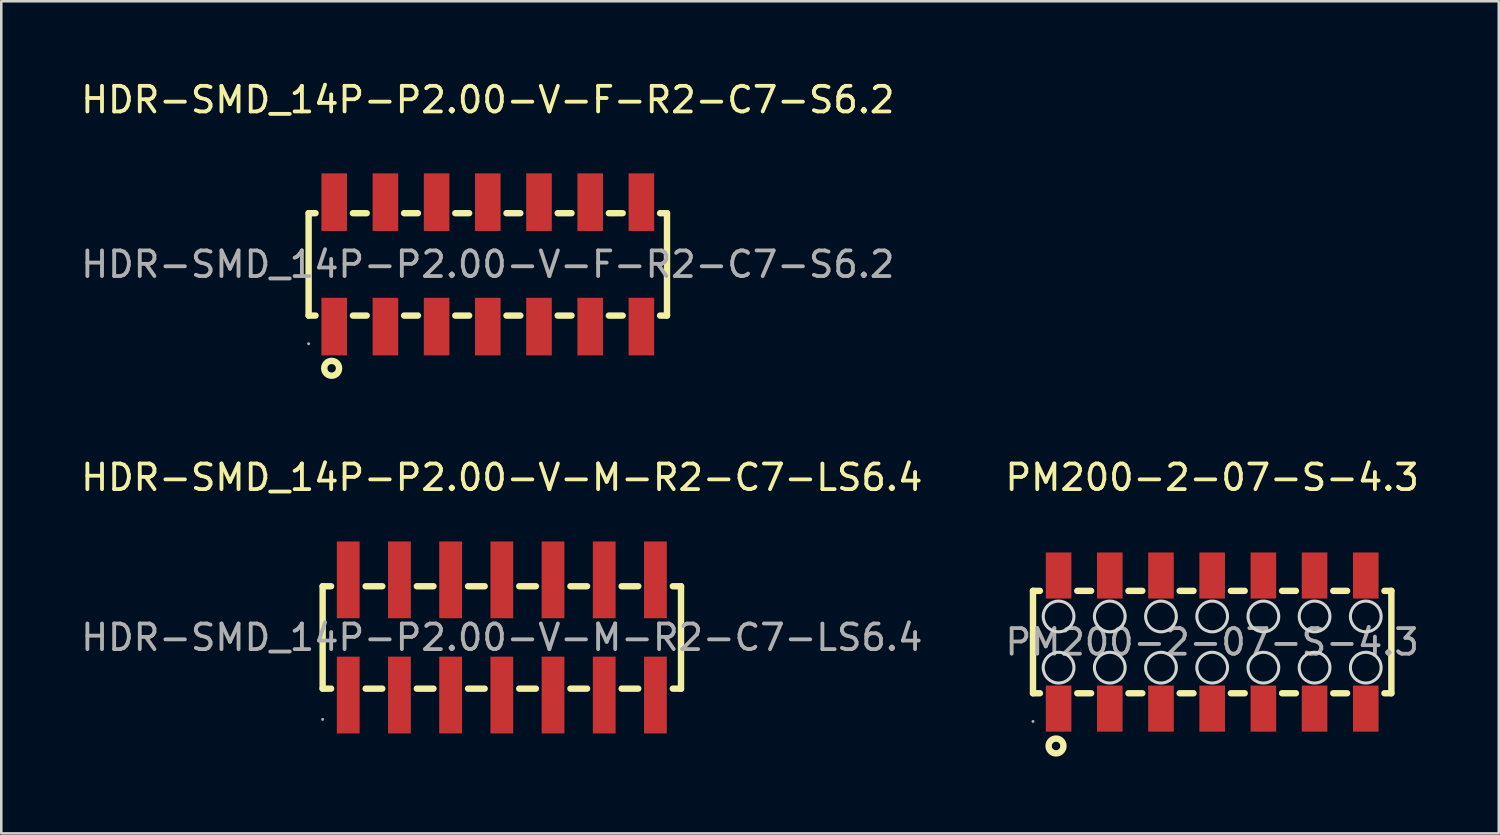
<source format=kicad_pcb>
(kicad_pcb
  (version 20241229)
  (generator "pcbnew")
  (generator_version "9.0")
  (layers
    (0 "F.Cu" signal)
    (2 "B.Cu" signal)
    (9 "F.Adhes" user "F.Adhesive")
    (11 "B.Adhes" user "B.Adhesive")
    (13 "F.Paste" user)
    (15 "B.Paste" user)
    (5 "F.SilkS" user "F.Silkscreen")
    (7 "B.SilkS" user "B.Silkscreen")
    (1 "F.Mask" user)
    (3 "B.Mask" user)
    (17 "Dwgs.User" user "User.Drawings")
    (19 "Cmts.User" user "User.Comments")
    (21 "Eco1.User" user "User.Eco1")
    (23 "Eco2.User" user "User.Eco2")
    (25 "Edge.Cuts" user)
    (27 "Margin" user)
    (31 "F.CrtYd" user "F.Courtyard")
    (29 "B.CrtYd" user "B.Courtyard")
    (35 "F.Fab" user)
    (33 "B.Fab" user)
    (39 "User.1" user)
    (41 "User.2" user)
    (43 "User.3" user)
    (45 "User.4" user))
  (footprint "PM200-2-07-S-4.3"
    (layer "F.Cu")
    (at 44.304 22.032)
    (property "Reference" "PM200-2-07-S-4.3" (at 0 -6.43 180) (layer "F.SilkS") (effects (font (size 1 1) (thickness 0.15))))
    (attr smd)
    (fp_line (start -7 -2) (end -7 2) (stroke (width 0.25) (type solid)) (layer "F.SilkS"))
    (fp_line (start -7 2) (end -6.73 2) (stroke (width 0.25) (type solid)) (layer "F.SilkS"))
    (fp_line (start -6.73 -2) (end -7 -2) (stroke (width 0.25) (type solid)) (layer "F.SilkS"))
    (fp_line (start -5.27 2) (end -4.73 2) (stroke (width 0.25) (type solid)) (layer "F.SilkS"))
    (fp_line (start -4.73 -2) (end -5.27 -2) (stroke (width 0.25) (type solid)) (layer "F.SilkS"))
    (fp_line (start -3.27 2) (end -2.73 2) (stroke (width 0.25) (type solid)) (layer "F.SilkS"))
    (fp_line (start -2.73 -2) (end -3.27 -2) (stroke (width 0.25) (type solid)) (layer "F.SilkS"))
    (fp_line (start -1.27 2) (end -0.73 2) (stroke (width 0.25) (type solid)) (layer "F.SilkS"))
    (fp_line (start -0.73 -2) (end -1.27 -2) (stroke (width 0.25) (type solid)) (layer "F.SilkS"))
    (fp_line (start 0.73 2) (end 1.27 2) (stroke (width 0.25) (type solid)) (layer "F.SilkS"))
    (fp_line (start 1.27 -2) (end 0.73 -2) (stroke (width 0.25) (type solid)) (layer "F.SilkS"))
    (fp_line (start 2.73 2) (end 3.27 2) (stroke (width 0.25) (type solid)) (layer "F.SilkS"))
    (fp_line (start 3.27 -2) (end 2.73 -2) (stroke (width 0.25) (type solid)) (layer "F.SilkS"))
    (fp_line (start 4.73 2) (end 5.27 2) (stroke (width 0.25) (type solid)) (layer "F.SilkS"))
    (fp_line (start 5.27 -2) (end 4.73 -2) (stroke (width 0.25) (type solid)) (layer "F.SilkS"))
    (fp_line (start 6.73 2) (end 7 2) (stroke (width 0.25) (type solid)) (layer "F.SilkS"))
    (fp_line (start 7 -2) (end 6.73 -2) (stroke (width 0.25) (type solid)) (layer "F.SilkS"))
    (fp_line (start 7 2) (end 7 -2) (stroke (width 0.25) (type solid)) (layer "F.SilkS"))
    (fp_circle (center -6.1 4.06) (end -5.81 4.06) (stroke (width 0.25) (type solid)) (fill no) (layer "F.SilkS"))
    (fp_circle (center -6 -1) (end -5.4 -1) (stroke (width 0.12) (type default)) (fill no) (layer "Edge.Cuts"))
    (fp_circle (center -6 1) (end -5.4 1) (stroke (width 0.12) (type default)) (fill no) (layer "Edge.Cuts"))
    (fp_circle (center -4 -1) (end -3.4 -1) (stroke (width 0.12) (type default)) (fill no) (layer "Edge.Cuts"))
    (fp_circle (center -4 1) (end -3.4 1) (stroke (width 0.12) (type default)) (fill no) (layer "Edge.Cuts"))
    (fp_circle (center -2 -1) (end -1.4 -1) (stroke (width 0.12) (type default)) (fill no) (layer "Edge.Cuts"))
    (fp_circle (center -2 1) (end -1.4 1) (stroke (width 0.12) (type default)) (fill no) (layer "Edge.Cuts"))
    (fp_circle (center 0 -1) (end 0.6 -1) (stroke (width 0.12) (type default)) (fill no) (layer "Edge.Cuts"))
    (fp_circle (center 0 1) (end 0.6 1) (stroke (width 0.12) (type default)) (fill no) (layer "Edge.Cuts"))
    (fp_circle (center 2 -1) (end 2.6 -1) (stroke (width 0.12) (type default)) (fill no) (layer "Edge.Cuts"))
    (fp_circle (center 2 1) (end 2.6 1) (stroke (width 0.12) (type default)) (fill no) (layer "Edge.Cuts"))
    (fp_circle (center 4 -1) (end 4.6 -1) (stroke (width 0.12) (type default)) (fill no) (layer "Edge.Cuts"))
    (fp_circle (center 4 1) (end 4.6 1) (stroke (width 0.12) (type default)) (fill no) (layer "Edge.Cuts"))
    (fp_circle (center 6 -1) (end 6.6 -1) (stroke (width 0.12) (type default)) (fill no) (layer "Edge.Cuts"))
    (fp_circle (center 6 1) (end 6.6 1) (stroke (width 0.12) (type default)) (fill no) (layer "Edge.Cuts"))
    (fp_circle (center -7 3.1) (end -6.97 3.1) (stroke (width 0.06) (type solid)) (fill no) (layer "F.Fab"))
    (fp_text user "${REFERENCE}" (at 0 0 180) (layer "F.Fab") (effects (font (size 1 1) (thickness 0.15))))
    (pad "1" smd rect (at -6 2.6) (size 1 1.8) (layers "F.Cu" "F.Mask" "F.Paste"))
    (pad "2" smd rect (at -6 -2.6) (size 1 1.8) (layers "F.Cu" "F.Mask" "F.Paste"))
    (pad "3" smd rect (at -4 2.6) (size 1 1.8) (layers "F.Cu" "F.Mask" "F.Paste"))
    (pad "4" smd rect (at -4 -2.6) (size 1 1.8) (layers "F.Cu" "F.Mask" "F.Paste"))
    (pad "5" smd rect (at -2 2.6) (size 1 1.8) (layers "F.Cu" "F.Mask" "F.Paste"))
    (pad "6" smd rect (at -2 -2.6) (size 1 1.8) (layers "F.Cu" "F.Mask" "F.Paste"))
    (pad "7" smd rect (at 0 2.6) (size 1 1.8) (layers "F.Cu" "F.Mask" "F.Paste"))
    (pad "8" smd rect (at 0 -2.6) (size 1 1.8) (layers "F.Cu" "F.Mask" "F.Paste"))
    (pad "9" smd rect (at 2 2.6) (size 1 1.8) (layers "F.Cu" "F.Mask" "F.Paste"))
    (pad "10" smd rect (at 2 -2.6) (size 1 1.8) (layers "F.Cu" "F.Mask" "F.Paste"))
    (pad "11" smd rect (at 4 2.6) (size 1 1.8) (layers "F.Cu" "F.Mask" "F.Paste"))
    (pad "12" smd rect (at 4 -2.6) (size 1 1.8) (layers "F.Cu" "F.Mask" "F.Paste"))
    (pad "13" smd rect (at 6 2.6) (size 1 1.8) (layers "F.Cu" "F.Mask" "F.Paste"))
    (pad "14" smd rect (at 6 -2.6) (size 1 1.8) (layers "F.Cu" "F.Mask" "F.Paste")))
  (footprint "HDR-SMD_14P-P2.00-V-M-R2-C7-LS6.4"
    (layer "F.Cu")
    (at 16.554 21.852)
    (property "Reference" "HDR-SMD_14P-P2.00-V-M-R2-C7-LS6.4" (at 0 -6.25 0) (layer "F.SilkS") (effects (font (size 1 1) (thickness 0.15))))
    (attr smd)
    (fp_line (start -7 -2) (end -7 2) (stroke (width 0.25) (type solid)) (layer "F.SilkS"))
    (fp_line (start -7 -2) (end -6.67 -2) (stroke (width 0.25) (type solid)) (layer "F.SilkS"))
    (fp_line (start -7 2) (end -6.67 2) (stroke (width 0.25) (type solid)) (layer "F.SilkS"))
    (fp_line (start -5.32 -2) (end -4.67 -2) (stroke (width 0.25) (type solid)) (layer "F.SilkS"))
    (fp_line (start -5.32 2) (end -4.67 2) (stroke (width 0.25) (type solid)) (layer "F.SilkS"))
    (fp_line (start -3.32 -2) (end -2.67 -2) (stroke (width 0.25) (type solid)) (layer "F.SilkS"))
    (fp_line (start -3.32 2) (end -2.67 2) (stroke (width 0.25) (type solid)) (layer "F.SilkS"))
    (fp_line (start -1.32 -2) (end -0.67 -2) (stroke (width 0.25) (type solid)) (layer "F.SilkS"))
    (fp_line (start -1.32 2) (end -0.67 2) (stroke (width 0.25) (type solid)) (layer "F.SilkS"))
    (fp_line (start 0.68 -2) (end 1.33 -2) (stroke (width 0.25) (type solid)) (layer "F.SilkS"))
    (fp_line (start 0.68 2) (end 1.33 2) (stroke (width 0.25) (type solid)) (layer "F.SilkS"))
    (fp_line (start 2.68 -2) (end 3.33 -2) (stroke (width 0.25) (type solid)) (layer "F.SilkS"))
    (fp_line (start 2.68 2) (end 3.33 2) (stroke (width 0.25) (type solid)) (layer "F.SilkS"))
    (fp_line (start 4.68 -2) (end 5.33 -2) (stroke (width 0.25) (type solid)) (layer "F.SilkS"))
    (fp_line (start 4.68 2) (end 5.33 2) (stroke (width 0.25) (type solid)) (layer "F.SilkS"))
    (fp_line (start 6.68 -2) (end 7 -2) (stroke (width 0.25) (type solid)) (layer "F.SilkS"))
    (fp_line (start 6.68 2) (end 7 2) (stroke (width 0.25) (type solid)) (layer "F.SilkS"))
    (fp_line (start 7 -2) (end 7 2) (stroke (width 0.25) (type solid)) (layer "F.SilkS"))
    (fp_circle (center -7 3.2) (end -6.97 3.2) (stroke (width 0.06) (type solid)) (fill no) (layer "F.Fab"))
    (fp_text user "${REFERENCE}" (at 0 0 0) (layer "F.Fab") (effects (font (size 1 1) (thickness 0.15))))
    (pad "1" smd rect (at -6 2.25) (size 0.89 3) (layers "F.Cu" "F.Mask" "F.Paste"))
    (pad "2" smd rect (at -6 -2.25) (size 0.89 3) (layers "F.Cu" "F.Mask" "F.Paste"))
    (pad "3" smd rect (at -4 2.25) (size 0.89 3) (layers "F.Cu" "F.Mask" "F.Paste"))
    (pad "4" smd rect (at -4 -2.25) (size 0.89 3) (layers "F.Cu" "F.Mask" "F.Paste"))
    (pad "5" smd rect (at -2 2.25) (size 0.89 3) (layers "F.Cu" "F.Mask" "F.Paste"))
    (pad "6" smd rect (at -2 -2.25) (size 0.89 3) (layers "F.Cu" "F.Mask" "F.Paste"))
    (pad "7" smd rect (at 0 2.25) (size 0.89 3) (layers "F.Cu" "F.Mask" "F.Paste"))
    (pad "8" smd rect (at 0 -2.25) (size 0.89 3) (layers "F.Cu" "F.Mask" "F.Paste"))
    (pad "9" smd rect (at 2 2.25) (size 0.89 3) (layers "F.Cu" "F.Mask" "F.Paste"))
    (pad "10" smd rect (at 2 -2.25) (size 0.89 3) (layers "F.Cu" "F.Mask" "F.Paste"))
    (pad "11" smd rect (at 4 2.25) (size 0.89 3) (layers "F.Cu" "F.Mask" "F.Paste"))
    (pad "12" smd rect (at 4 -2.25) (size 0.89 3) (layers "F.Cu" "F.Mask" "F.Paste"))
    (pad "13" smd rect (at 6 2.25) (size 0.89 3) (layers "F.Cu" "F.Mask" "F.Paste"))
    (pad "14" smd rect (at 6 -2.25) (size 0.89 3) (layers "F.Cu" "F.Mask" "F.Paste")))
  (footprint "HDR-SMD_14P-P2.00-V-F-R2-C7-S6.2"
    (layer "F.Cu")
    (at 16.006 7.278)
    (property "Reference" "HDR-SMD_14P-P2.00-V-F-R2-C7-S6.2" (at 0 -6.43 0) (layer "F.SilkS") (effects (font (size 1 1) (thickness 0.15))))
    (attr smd)
    (fp_line (start -7 -2) (end -7 2) (stroke (width 0.25) (type solid)) (layer "F.SilkS"))
    (fp_line (start -7 2) (end -6.73 2) (stroke (width 0.25) (type solid)) (layer "F.SilkS"))
    (fp_line (start -6.73 -2) (end -7 -2) (stroke (width 0.25) (type solid)) (layer "F.SilkS"))
    (fp_line (start -5.27 2) (end -4.73 2) (stroke (width 0.25) (type solid)) (layer "F.SilkS"))
    (fp_line (start -4.73 -2) (end -5.27 -2) (stroke (width 0.25) (type solid)) (layer "F.SilkS"))
    (fp_line (start -3.27 2) (end -2.73 2) (stroke (width 0.25) (type solid)) (layer "F.SilkS"))
    (fp_line (start -2.73 -2) (end -3.27 -2) (stroke (width 0.25) (type solid)) (layer "F.SilkS"))
    (fp_line (start -1.27 2) (end -0.73 2) (stroke (width 0.25) (type solid)) (layer "F.SilkS"))
    (fp_line (start -0.73 -2) (end -1.27 -2) (stroke (width 0.25) (type solid)) (layer "F.SilkS"))
    (fp_line (start 0.73 2) (end 1.27 2) (stroke (width 0.25) (type solid)) (layer "F.SilkS"))
    (fp_line (start 1.27 -2) (end 0.73 -2) (stroke (width 0.25) (type solid)) (layer "F.SilkS"))
    (fp_line (start 2.73 2) (end 3.27 2) (stroke (width 0.25) (type solid)) (layer "F.SilkS"))
    (fp_line (start 3.27 -2) (end 2.73 -2) (stroke (width 0.25) (type solid)) (layer "F.SilkS"))
    (fp_line (start 4.73 2) (end 5.27 2) (stroke (width 0.25) (type solid)) (layer "F.SilkS"))
    (fp_line (start 5.27 -2) (end 4.73 -2) (stroke (width 0.25) (type solid)) (layer "F.SilkS"))
    (fp_line (start 6.73 2) (end 7 2) (stroke (width 0.25) (type solid)) (layer "F.SilkS"))
    (fp_line (start 7 -2) (end 6.73 -2) (stroke (width 0.25) (type solid)) (layer "F.SilkS"))
    (fp_line (start 7 2) (end 7 -2) (stroke (width 0.25) (type solid)) (layer "F.SilkS"))
    (fp_circle (center -6.1 4.06) (end -5.81 4.06) (stroke (width 0.25) (type solid)) (fill no) (layer "F.SilkS"))
    (fp_circle (center -7 3.1) (end -6.97 3.1) (stroke (width 0.06) (type solid)) (fill no) (layer "F.Fab"))
    (fp_text user "${REFERENCE}" (at 0 0 0) (layer "F.Fab") (effects (font (size 1 1) (thickness 0.15))))
    (pad "1" smd rect (at -6 2.43) (size 1 2.25) (layers "F.Cu" "F.Mask" "F.Paste"))
    (pad "2" smd rect (at -6 -2.43) (size 1 2.25) (layers "F.Cu" "F.Mask" "F.Paste"))
    (pad "3" smd rect (at -4 2.43) (size 1 2.25) (layers "F.Cu" "F.Mask" "F.Paste"))
    (pad "4" smd rect (at -4 -2.43) (size 1 2.25) (layers "F.Cu" "F.Mask" "F.Paste"))
    (pad "5" smd rect (at -2 2.43) (size 1 2.25) (layers "F.Cu" "F.Mask" "F.Paste"))
    (pad "6" smd rect (at -2 -2.43) (size 1 2.25) (layers "F.Cu" "F.Mask" "F.Paste"))
    (pad "7" smd rect (at 0 2.43) (size 1 2.25) (layers "F.Cu" "F.Mask" "F.Paste"))
    (pad "8" smd rect (at 0 -2.43) (size 1 2.25) (layers "F.Cu" "F.Mask" "F.Paste"))
    (pad "9" smd rect (at 2 2.43) (size 1 2.25) (layers "F.Cu" "F.Mask" "F.Paste"))
    (pad "10" smd rect (at 2 -2.43) (size 1 2.25) (layers "F.Cu" "F.Mask" "F.Paste"))
    (pad "11" smd rect (at 4 2.43) (size 1 2.25) (layers "F.Cu" "F.Mask" "F.Paste"))
    (pad "12" smd rect (at 4 -2.43) (size 1 2.25) (layers "F.Cu" "F.Mask" "F.Paste"))
    (pad "13" smd rect (at 6 2.43) (size 1 2.25) (layers "F.Cu" "F.Mask" "F.Paste"))
    (pad "14" smd rect (at 6 -2.43) (size 1 2.25) (layers "F.Cu" "F.Mask" "F.Paste")))
  (gr_rect
    (start -3 -3)
    (end 55.5 29.507)
    (stroke (width 0.1) (type default))
    (fill no)
    (layer "Edge.Cuts")))
</source>
